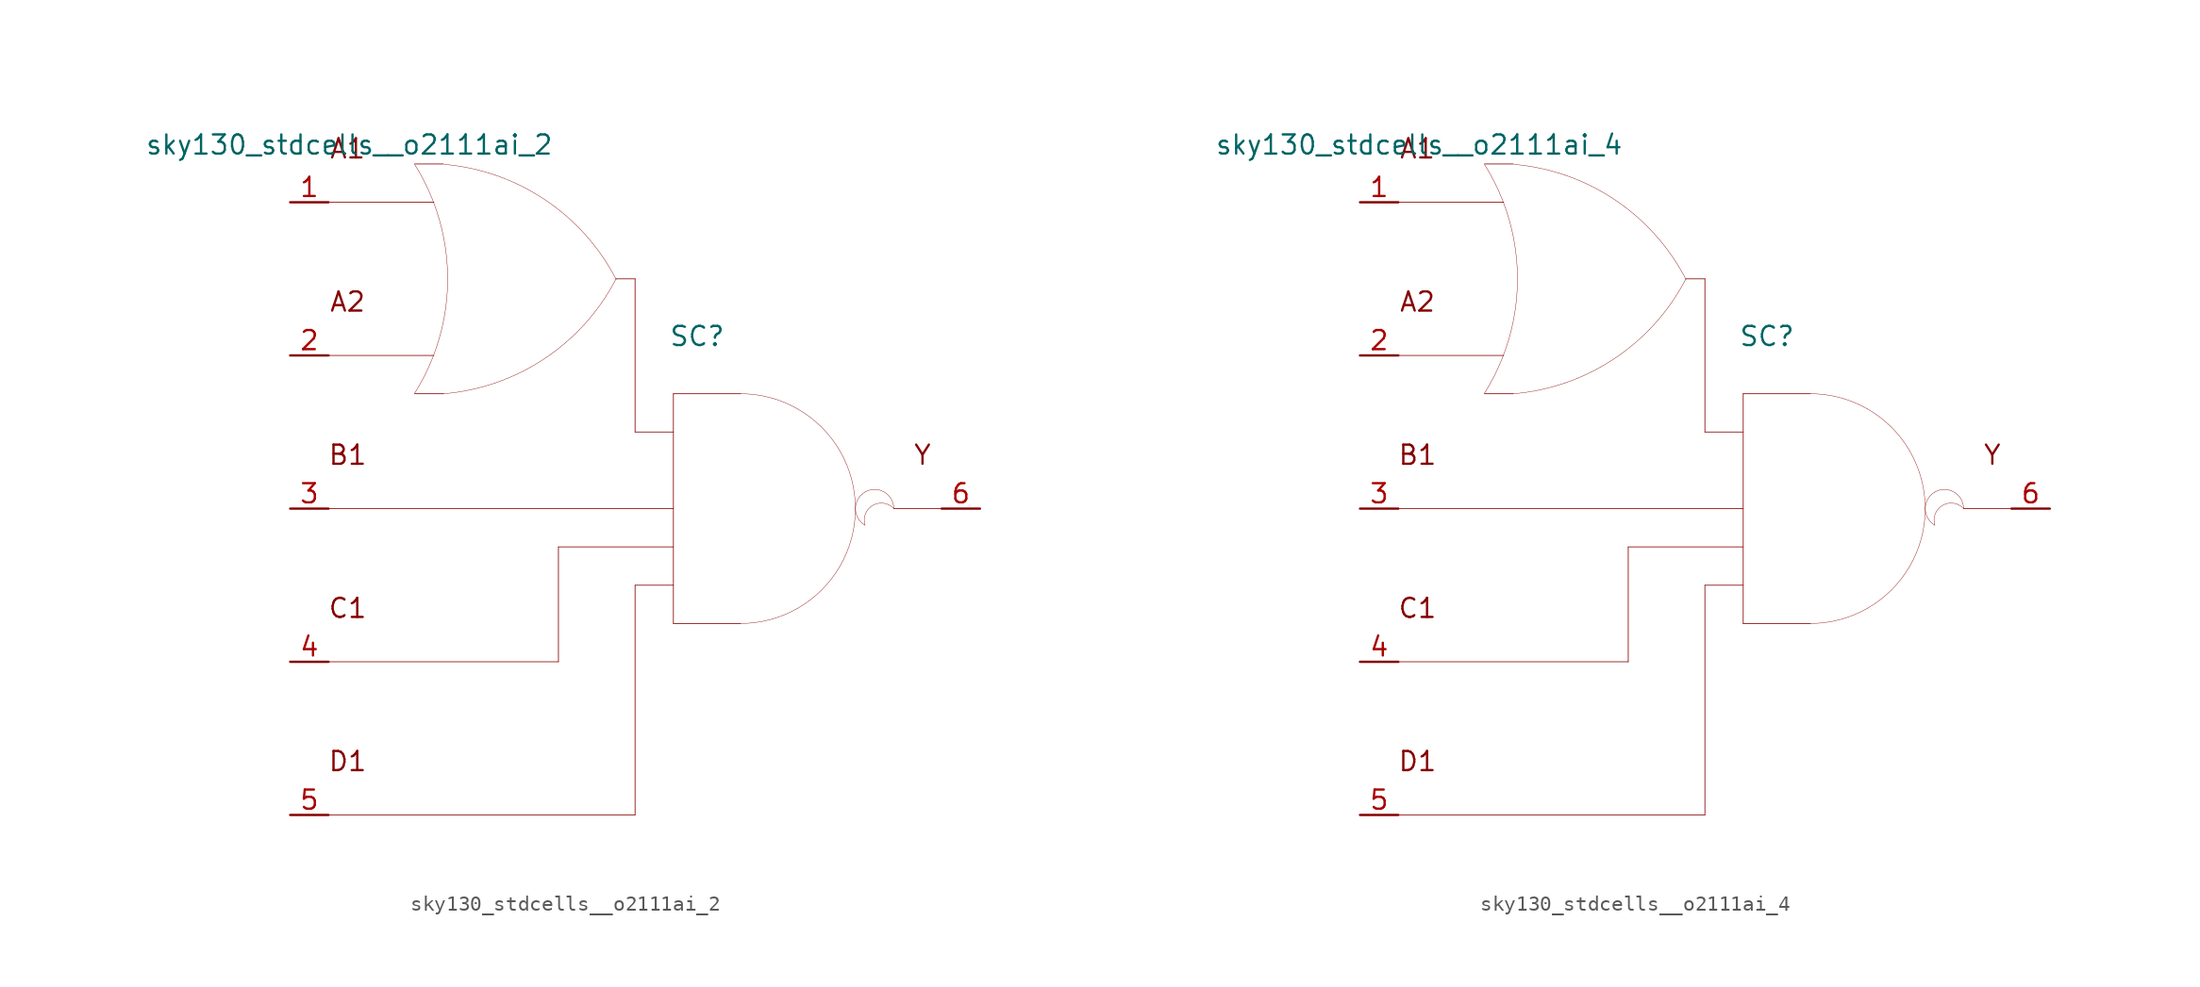
<source format=kicad_sym>
(kicad_symbol_lib
  (version 20211014)
  (generator kicad_symbol_editor)
  (symbol "sky130_stdcells__o2111ai_2"
    (pin_names hide)
    (property "Reference" "SC"
      (at 4.115 11.43 0)
      (effects (font (size 1.27 1.27))))
    (property "Value" "sky130_stdcells__o2111ai_2"
      (at -5.385 24.13 0)
      (effects (font (size 1.27 1.27)) (justify right)))
    (symbol "sky130_stdcells__o2111ai_2_0_0"
      (arc (start -14.6255 7.6258) (mid -13.968 8.782) (end -13.4212 9.9944) (stroke (width 0.0254) (type default) (color 0 0 0 0)) (fill (type none)))
      (arc (start -13.4212 9.9944) (mid -12.9863 11.2645) (end -12.673 12.5699) (stroke (width 0.0254) (type default) (color 0 0 0 0)) (fill (type none)))
      (arc (start -13.403 20.4393) (mid -13.9512 21.6648) (end -14.6123 22.8332) (stroke (width 0.0254) (type default) (color 0 0 0 0)) (fill (type none)))
      (arc (start -12.705 7.6169) (mid -6.011 9.9414) (end -1.2741 15.2116) (stroke (width 0.0254) (type default) (color 0 0 0 0)) (fill (type none)))
      (arc (start -12.673 12.5699) (mid -12.4838 13.899) (end -12.4206 15.24) (stroke (width 0.0254) (type default) (color 0 0 0 0)) (fill (type none)))
      (arc (start -12.6684 17.8856) (mid -12.9761 19.1796) (end -13.403 20.4393) (stroke (width 0.0254) (type default) (color 0 0 0 0)) (fill (type none)))
      (arc (start -12.4206 15.24) (mid -12.4827 16.5686) (end -12.6684 17.8856) (stroke (width 0.0254) (type default) (color 0 0 0 0)) (fill (type none)))
      (arc (start -1.2513 15.199) (mid -5.9698 20.4856) (end -12.6556 22.8335) (stroke (width 0.0254) (type default) (color 0 0 0 0)) (fill (type none)))
      (polyline (pts (xy -20.32 -20.32) (xy 0 -20.32)) (stroke (width 0.051) (type default) (color 0 0 0 0)) (fill (type none)))
      (polyline (pts (xy -20.32 -10.16) (xy -5.08 -10.16)) (stroke (width 0.051) (type default) (color 0 0 0 0)) (fill (type none)))
      (polyline (pts (xy -20.32 0) (xy 2.54 0)) (stroke (width 0.051) (type default) (color 0 0 0 0)) (fill (type none)))
      (polyline (pts (xy -20.32 10.16) (xy -13.335 10.16)) (stroke (width 0.051) (type default) (color 0 0 0 0)) (fill (type none)))
      (polyline (pts (xy -20.32 20.32) (xy -13.335 20.32)) (stroke (width 0.051) (type default) (color 0 0 0 0)) (fill (type none)))
      (polyline (pts (xy -14.605 7.62) (xy -12.7 7.62)) (stroke (width 0.051) (type default) (color 0 0 0 0)) (fill (type none)))
      (polyline (pts (xy -14.605 22.86) (xy -12.7 22.86)) (stroke (width 0.051) (type default) (color 0 0 0 0)) (fill (type none)))
      (polyline (pts (xy -5.08 -2.54) (xy -5.08 -10.16)) (stroke (width 0.051) (type default) (color 0 0 0 0)) (fill (type none)))
      (polyline (pts (xy -5.08 -2.54) (xy 2.54 -2.54)) (stroke (width 0.051) (type default) (color 0 0 0 0)) (fill (type none)))
      (polyline (pts (xy -1.27 15.24) (xy 0 15.24)) (stroke (width 0.051) (type default) (color 0 0 0 0)) (fill (type none)))
      (polyline (pts (xy 0 -5.08) (xy 0 -20.32)) (stroke (width 0.051) (type default) (color 0 0 0 0)) (fill (type none)))
      (polyline (pts (xy 0 -5.08) (xy 2.54 -5.08)) (stroke (width 0.051) (type default) (color 0 0 0 0)) (fill (type none)))
      (polyline (pts (xy 0 5.08) (xy 2.54 5.08)) (stroke (width 0.051) (type default) (color 0 0 0 0)) (fill (type none)))
      (polyline (pts (xy 0 15.24) (xy 0 5.08)) (stroke (width 0.051) (type default) (color 0 0 0 0)) (fill (type none)))
      (polyline (pts (xy 2.54 -7.62) (xy 6.985 -7.62)) (stroke (width 0.051) (type default) (color 0 0 0 0)) (fill (type none)))
      (polyline (pts (xy 2.54 7.62) (xy 2.54 -7.62)) (stroke (width 0.051) (type default) (color 0 0 0 0)) (fill (type none)))
      (polyline (pts (xy 2.54 7.62) (xy 6.985 7.62)) (stroke (width 0.051) (type default) (color 0 0 0 0)) (fill (type none)))
      (polyline (pts (xy 17.145 0) (xy 20.32 0)) (stroke (width 0.051) (type default) (color 0 0 0 0)) (fill (type none)))
      (arc (start 6.985 -7.62) (mid 8.9572 -7.3604) (end 10.795 -6.5991) (stroke (width 0.0254) (type default) (color 0 0 0 0)) (fill (type none)))
      (arc (start 10.795 -6.5991) (mid 12.3731 -5.3881) (end 13.5841 -3.81) (stroke (width 0.0254) (type default) (color 0 0 0 0)) (fill (type none)))
      (arc (start 10.795 6.5991) (mid 8.9572 7.3603) (end 6.985 7.62) (stroke (width 0.0254) (type default) (color 0 0 0 0)) (fill (type none)))
      (arc (start 13.5841 -3.81) (mid 14.3453 -1.9722) (end 14.605 0) (stroke (width 0.0254) (type default) (color 0 0 0 0)) (fill (type none)))
      (arc (start 13.5841 3.81) (mid 12.3731 5.3881) (end 10.795 6.5991) (stroke (width 0.0254) (type default) (color 0 0 0 0)) (fill (type none)))
      (arc (start 14.605 0) (mid 14.3454 1.9722) (end 13.5841 3.81) (stroke (width 0.0254) (type default) (color 0 0 0 0)) (fill (type none)))
      (arc (start 15.24 1.0999) (mid 14.605 0) (end 15.24 -1.0999) (stroke (width 0.0254) (type default) (color 0 0 0 0)) (fill (type none)))
      (arc (start 17.145 0) (mid 15.2881 0.4743) (end 15.24 -1.0999) (stroke (width 0.0254) (type default) (color 0 0 0 0)) (fill (type none)))
      (arc (start 17.145 0) (mid 16.51 1.0998) (end 15.24 1.0999) (stroke (width 0.0254) (type default) (color 0 0 0 0)) (fill (type none)))
      (text "A1" (at -19.05 23.876 0) (effects (font (size 1.27 1.27))))
      (text "A2" (at -19.05 13.716 0) (effects (font (size 1.27 1.27))))
      (text "B1" (at -19.05 3.556 0) (effects (font (size 1.27 1.27))))
      (text "C1" (at -19.05 -6.604 0) (effects (font (size 1.27 1.27))))
      (text "D1" (at -19.05 -16.764 0) (effects (font (size 1.27 1.27))))
      (text "Y" (at 19.05 3.556 0) (effects (font (size 1.27 1.27)))))
    (symbol "sky130_stdcells__o2111ai_2_1_1"
      (pin input line (at -22.86 20.32 0) (length 2.54) (name "A1" (effects (font (size 1.092 1.092)))) (number "1" (effects (font (size 1.27 1.27)))))
      (pin input line (at -22.86 10.16 0) (length 2.54) (name "A2" (effects (font (size 1.092 1.092)))) (number "2" (effects (font (size 1.27 1.27)))))
      (pin input line (at -22.86 0 0) (length 2.54) (name "B1" (effects (font (size 1.092 1.092)))) (number "3" (effects (font (size 1.27 1.27)))))
      (pin input line (at -22.86 -10.16 0) (length 2.54) (name "C1" (effects (font (size 1.092 1.092)))) (number "4" (effects (font (size 1.27 1.27)))))
      (pin input line (at -22.86 -20.32 0) (length 2.54) (name "D1" (effects (font (size 1.092 1.092)))) (number "5" (effects (font (size 1.27 1.27)))))
      (pin output line (at 22.86 0 180) (length 2.54) (name "Y" (effects (font (size 1.092 1.092)))) (number "6" (effects (font (size 1.27 1.27)))))))
  (symbol "sky130_stdcells__o2111ai_4"
    (pin_names hide)
    (property "Reference" "SC"
      (at 4.115 11.43 0)
      (effects (font (size 1.27 1.27))))
    (property "Value" "sky130_stdcells__o2111ai_4"
      (at -5.385 24.13 0)
      (effects (font (size 1.27 1.27)) (justify right)))
    (symbol "sky130_stdcells__o2111ai_4_0_0"
      (arc (start -14.6255 7.6258) (mid -13.968 8.782) (end -13.4212 9.9944) (stroke (width 0.0254) (type default) (color 0 0 0 0)) (fill (type none)))
      (arc (start -13.4212 9.9944) (mid -12.9863 11.2645) (end -12.673 12.5699) (stroke (width 0.0254) (type default) (color 0 0 0 0)) (fill (type none)))
      (arc (start -13.403 20.4393) (mid -13.9512 21.6648) (end -14.6123 22.8332) (stroke (width 0.0254) (type default) (color 0 0 0 0)) (fill (type none)))
      (arc (start -12.705 7.6169) (mid -6.011 9.9414) (end -1.2741 15.2116) (stroke (width 0.0254) (type default) (color 0 0 0 0)) (fill (type none)))
      (arc (start -12.673 12.5699) (mid -12.4838 13.899) (end -12.4206 15.24) (stroke (width 0.0254) (type default) (color 0 0 0 0)) (fill (type none)))
      (arc (start -12.6684 17.8856) (mid -12.9761 19.1796) (end -13.403 20.4393) (stroke (width 0.0254) (type default) (color 0 0 0 0)) (fill (type none)))
      (arc (start -12.4206 15.24) (mid -12.4827 16.5686) (end -12.6684 17.8856) (stroke (width 0.0254) (type default) (color 0 0 0 0)) (fill (type none)))
      (arc (start -1.2513 15.199) (mid -5.9698 20.4856) (end -12.6556 22.8335) (stroke (width 0.0254) (type default) (color 0 0 0 0)) (fill (type none)))
      (polyline (pts (xy -20.32 -20.32) (xy 0 -20.32)) (stroke (width 0.051) (type default) (color 0 0 0 0)) (fill (type none)))
      (polyline (pts (xy -20.32 -10.16) (xy -5.08 -10.16)) (stroke (width 0.051) (type default) (color 0 0 0 0)) (fill (type none)))
      (polyline (pts (xy -20.32 0) (xy 2.54 0)) (stroke (width 0.051) (type default) (color 0 0 0 0)) (fill (type none)))
      (polyline (pts (xy -20.32 10.16) (xy -13.335 10.16)) (stroke (width 0.051) (type default) (color 0 0 0 0)) (fill (type none)))
      (polyline (pts (xy -20.32 20.32) (xy -13.335 20.32)) (stroke (width 0.051) (type default) (color 0 0 0 0)) (fill (type none)))
      (polyline (pts (xy -14.605 7.62) (xy -12.7 7.62)) (stroke (width 0.051) (type default) (color 0 0 0 0)) (fill (type none)))
      (polyline (pts (xy -14.605 22.86) (xy -12.7 22.86)) (stroke (width 0.051) (type default) (color 0 0 0 0)) (fill (type none)))
      (polyline (pts (xy -5.08 -2.54) (xy -5.08 -10.16)) (stroke (width 0.051) (type default) (color 0 0 0 0)) (fill (type none)))
      (polyline (pts (xy -5.08 -2.54) (xy 2.54 -2.54)) (stroke (width 0.051) (type default) (color 0 0 0 0)) (fill (type none)))
      (polyline (pts (xy -1.27 15.24) (xy 0 15.24)) (stroke (width 0.051) (type default) (color 0 0 0 0)) (fill (type none)))
      (polyline (pts (xy 0 -5.08) (xy 0 -20.32)) (stroke (width 0.051) (type default) (color 0 0 0 0)) (fill (type none)))
      (polyline (pts (xy 0 -5.08) (xy 2.54 -5.08)) (stroke (width 0.051) (type default) (color 0 0 0 0)) (fill (type none)))
      (polyline (pts (xy 0 5.08) (xy 2.54 5.08)) (stroke (width 0.051) (type default) (color 0 0 0 0)) (fill (type none)))
      (polyline (pts (xy 0 15.24) (xy 0 5.08)) (stroke (width 0.051) (type default) (color 0 0 0 0)) (fill (type none)))
      (polyline (pts (xy 2.54 -7.62) (xy 6.985 -7.62)) (stroke (width 0.051) (type default) (color 0 0 0 0)) (fill (type none)))
      (polyline (pts (xy 2.54 7.62) (xy 2.54 -7.62)) (stroke (width 0.051) (type default) (color 0 0 0 0)) (fill (type none)))
      (polyline (pts (xy 2.54 7.62) (xy 6.985 7.62)) (stroke (width 0.051) (type default) (color 0 0 0 0)) (fill (type none)))
      (polyline (pts (xy 17.145 0) (xy 20.32 0)) (stroke (width 0.051) (type default) (color 0 0 0 0)) (fill (type none)))
      (arc (start 6.985 -7.62) (mid 8.9572 -7.3604) (end 10.795 -6.5991) (stroke (width 0.0254) (type default) (color 0 0 0 0)) (fill (type none)))
      (arc (start 10.795 -6.5991) (mid 12.3731 -5.3881) (end 13.5841 -3.81) (stroke (width 0.0254) (type default) (color 0 0 0 0)) (fill (type none)))
      (arc (start 10.795 6.5991) (mid 8.9572 7.3603) (end 6.985 7.62) (stroke (width 0.0254) (type default) (color 0 0 0 0)) (fill (type none)))
      (arc (start 13.5841 -3.81) (mid 14.3453 -1.9722) (end 14.605 0) (stroke (width 0.0254) (type default) (color 0 0 0 0)) (fill (type none)))
      (arc (start 13.5841 3.81) (mid 12.3731 5.3881) (end 10.795 6.5991) (stroke (width 0.0254) (type default) (color 0 0 0 0)) (fill (type none)))
      (arc (start 14.605 0) (mid 14.3454 1.9722) (end 13.5841 3.81) (stroke (width 0.0254) (type default) (color 0 0 0 0)) (fill (type none)))
      (arc (start 15.24 1.0999) (mid 14.605 0) (end 15.24 -1.0999) (stroke (width 0.0254) (type default) (color 0 0 0 0)) (fill (type none)))
      (arc (start 17.145 0) (mid 15.2881 0.4743) (end 15.24 -1.0999) (stroke (width 0.0254) (type default) (color 0 0 0 0)) (fill (type none)))
      (arc (start 17.145 0) (mid 16.51 1.0998) (end 15.24 1.0999) (stroke (width 0.0254) (type default) (color 0 0 0 0)) (fill (type none)))
      (text "A1" (at -19.05 23.876 0) (effects (font (size 1.27 1.27))))
      (text "A2" (at -19.05 13.716 0) (effects (font (size 1.27 1.27))))
      (text "B1" (at -19.05 3.556 0) (effects (font (size 1.27 1.27))))
      (text "C1" (at -19.05 -6.604 0) (effects (font (size 1.27 1.27))))
      (text "D1" (at -19.05 -16.764 0) (effects (font (size 1.27 1.27))))
      (text "Y" (at 19.05 3.556 0) (effects (font (size 1.27 1.27)))))
    (symbol "sky130_stdcells__o2111ai_4_1_1"
      (pin input line (at -22.86 20.32 0) (length 2.54) (name "A1" (effects (font (size 1.092 1.092)))) (number "1" (effects (font (size 1.27 1.27)))))
      (pin input line (at -22.86 10.16 0) (length 2.54) (name "A2" (effects (font (size 1.092 1.092)))) (number "2" (effects (font (size 1.27 1.27)))))
      (pin input line (at -22.86 0 0) (length 2.54) (name "B1" (effects (font (size 1.092 1.092)))) (number "3" (effects (font (size 1.27 1.27)))))
      (pin input line (at -22.86 -10.16 0) (length 2.54) (name "C1" (effects (font (size 1.092 1.092)))) (number "4" (effects (font (size 1.27 1.27)))))
      (pin input line (at -22.86 -20.32 0) (length 2.54) (name "D1" (effects (font (size 1.092 1.092)))) (number "5" (effects (font (size 1.27 1.27)))))
      (pin output line (at 22.86 0 180) (length 2.54) (name "Y" (effects (font (size 1.092 1.092)))) (number "6" (effects (font (size 1.27 1.27))))))))
</source>
